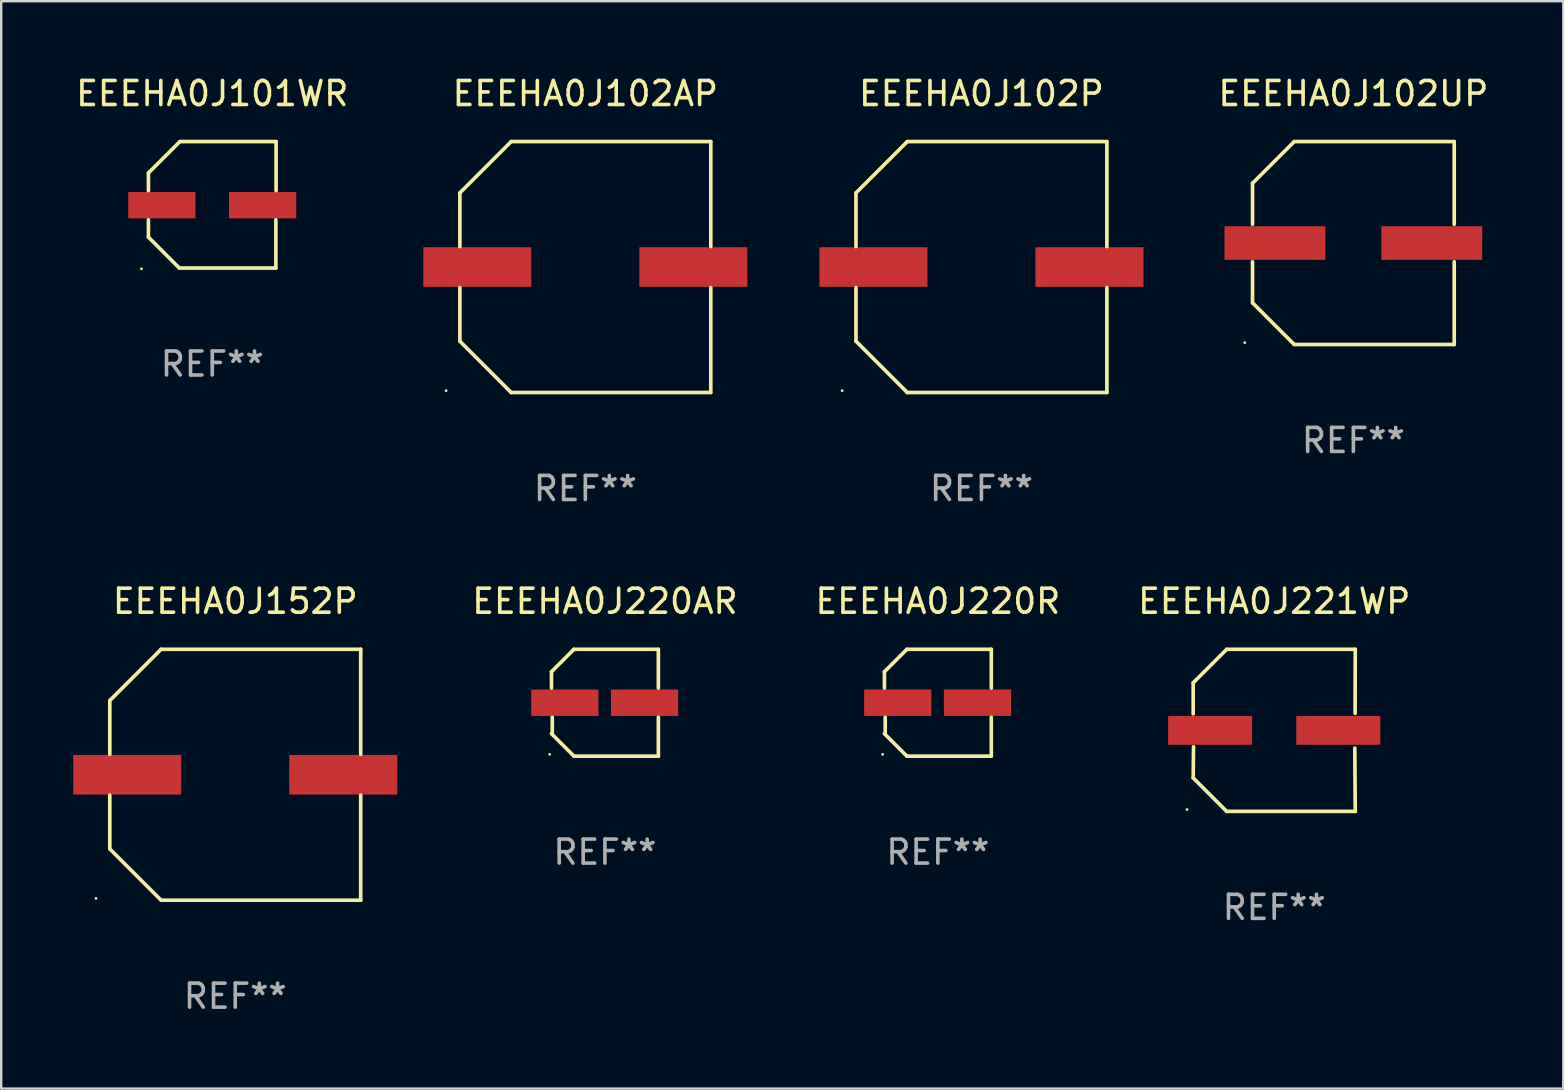
<source format=kicad_pcb>
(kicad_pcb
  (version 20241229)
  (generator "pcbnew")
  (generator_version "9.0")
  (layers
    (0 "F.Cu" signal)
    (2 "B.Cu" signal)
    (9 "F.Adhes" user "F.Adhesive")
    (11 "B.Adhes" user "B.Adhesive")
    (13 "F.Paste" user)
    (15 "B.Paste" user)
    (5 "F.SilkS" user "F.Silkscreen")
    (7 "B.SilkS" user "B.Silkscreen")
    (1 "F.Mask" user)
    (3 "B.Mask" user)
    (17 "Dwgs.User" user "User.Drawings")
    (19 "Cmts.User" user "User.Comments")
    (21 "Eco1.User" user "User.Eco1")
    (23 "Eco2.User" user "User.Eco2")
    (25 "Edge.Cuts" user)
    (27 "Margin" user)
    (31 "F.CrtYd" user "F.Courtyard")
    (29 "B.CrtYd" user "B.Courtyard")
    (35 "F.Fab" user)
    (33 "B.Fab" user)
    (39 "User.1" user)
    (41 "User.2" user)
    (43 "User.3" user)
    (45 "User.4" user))
  (footprint "EEEHA0J102P"
    (layer "F.Cu")
    (at 37.833 8.074)
    (property "Reference" "EEEHA0J102P" (at 0 -7.226 0) (layer "F.SilkS") (effects (font (size 1 1) (thickness 0.15))))
    (attr through_hole)
    (fp_line (start -5.226 -3.09) (end -5.226 -0.852) (stroke (width 0.152) (type solid)) (layer "F.SilkS"))
    (fp_line (start -5.226 3.09) (end -5.226 0.852) (stroke (width 0.152) (type solid)) (layer "F.SilkS"))
    (fp_line (start -3.09 -5.226) (end -5.226 -3.09) (stroke (width 0.152) (type solid)) (layer "F.SilkS"))
    (fp_line (start -3.09 5.226) (end -5.226 3.09) (stroke (width 0.152) (type solid)) (layer "F.SilkS"))
    (fp_line (start 5.226 -5.226) (end -3.09 -5.226) (stroke (width 0.152) (type solid)) (layer "F.SilkS"))
    (fp_line (start 5.226 -0.852) (end 5.226 -5.226) (stroke (width 0.152) (type solid)) (layer "F.SilkS"))
    (fp_line (start 5.226 0.852) (end 5.226 5.226) (stroke (width 0.152) (type solid)) (layer "F.SilkS"))
    (fp_line (start 5.226 5.226) (end -3.09 5.226) (stroke (width 0.152) (type solid)) (layer "F.SilkS"))
    (fp_circle (center -5.8 5.15) (end -5.77 5.15) (stroke (width 0.06) (type solid)) (fill no) (layer "F.SilkS"))
    (fp_text user "REF**" (at 0 9.226 0) (layer "F.Fab") (effects (font (size 1 1) (thickness 0.15))))
    (pad "1" smd rect (at -4.5 0) (size 4.5 1.65) (layers "F.Cu" "F.Mask" "F.Paste"))
    (pad "2" smd rect (at 4.5 0) (size 4.5 1.65) (layers "F.Cu" "F.Mask" "F.Paste")))
  (footprint "EEEHA0J152P"
    (layer "F.Cu")
    (at 6.75 29.223)
    (property "Reference" "EEEHA0J152P" (at 0 -7.226 0) (layer "F.SilkS") (effects (font (size 1 1) (thickness 0.15))))
    (attr through_hole)
    (fp_line (start -5.226 -3.09) (end -5.226 -0.852) (stroke (width 0.152) (type solid)) (layer "F.SilkS"))
    (fp_line (start -5.226 3.09) (end -5.226 0.852) (stroke (width 0.152) (type solid)) (layer "F.SilkS"))
    (fp_line (start -3.09 -5.226) (end -5.226 -3.09) (stroke (width 0.152) (type solid)) (layer "F.SilkS"))
    (fp_line (start -3.09 5.226) (end -5.226 3.09) (stroke (width 0.152) (type solid)) (layer "F.SilkS"))
    (fp_line (start 5.226 -5.226) (end -3.09 -5.226) (stroke (width 0.152) (type solid)) (layer "F.SilkS"))
    (fp_line (start 5.226 -0.852) (end 5.226 -5.226) (stroke (width 0.152) (type solid)) (layer "F.SilkS"))
    (fp_line (start 5.226 0.852) (end 5.226 5.226) (stroke (width 0.152) (type solid)) (layer "F.SilkS"))
    (fp_line (start 5.226 5.226) (end -3.09 5.226) (stroke (width 0.152) (type solid)) (layer "F.SilkS"))
    (fp_circle (center -5.8 5.15) (end -5.77 5.15) (stroke (width 0.06) (type solid)) (fill no) (layer "F.SilkS"))
    (fp_text user "REF**" (at 0 9.226 0) (layer "F.Fab") (effects (font (size 1 1) (thickness 0.15))))
    (pad "1" smd rect (at -4.5 0) (size 4.5 1.65) (layers "F.Cu" "F.Mask" "F.Paste"))
    (pad "2" smd rect (at 4.5 0) (size 4.5 1.65) (layers "F.Cu" "F.Mask" "F.Paste")))
  (footprint "EEEHA0J101WR"
    (layer "F.Cu")
    (at 5.792 5.482)
    (property "Reference" "EEEHA0J101WR" (at 0 -4.634 0) (layer "F.SilkS") (effects (font (size 1 1) (thickness 0.15))))
    (attr through_hole)
    (fp_line (start -2.659 -1.326) (end -2.659 -0.592) (stroke (width 0.152) (type solid)) (layer "F.SilkS"))
    (fp_line (start -2.659 1.346) (end -2.659 0.622) (stroke (width 0.152) (type solid)) (layer "F.SilkS"))
    (fp_line (start -1.372 2.634) (end -2.659 1.346) (stroke (width 0.152) (type solid)) (layer "F.SilkS"))
    (fp_line (start -1.349 -2.634) (end -2.659 -1.326) (stroke (width 0.152) (type solid)) (layer "F.SilkS"))
    (fp_line (start 2.649 0.622) (end 2.649 2.634) (stroke (width 0.152) (type solid)) (layer "F.SilkS"))
    (fp_line (start 2.649 2.634) (end -1.372 2.634) (stroke (width 0.152) (type solid)) (layer "F.SilkS"))
    (fp_line (start 2.659 -2.634) (end -1.349 -2.634) (stroke (width 0.152) (type solid)) (layer "F.SilkS"))
    (fp_line (start 2.659 -0.592) (end 2.659 -2.634) (stroke (width 0.152) (type solid)) (layer "F.SilkS"))
    (fp_circle (center -2.95 2.665) (end -2.92 2.665) (stroke (width 0.06) (type solid)) (fill no) (layer "F.SilkS"))
    (fp_text user "REF**" (at 0 6.634 0) (layer "F.Fab") (effects (font (size 1 1) (thickness 0.15))))
    (pad "1" smd rect (at -2.1 0.015) (size 2.8 1.1) (layers "F.Cu" "F.Mask" "F.Paste"))
    (pad "2" smd rect (at 2.1 0.015) (size 2.8 1.1) (layers "F.Cu" "F.Mask" "F.Paste")))
  (footprint "EEEHA0J102AP"
    (layer "F.Cu")
    (at 21.333 8.074)
    (property "Reference" "EEEHA0J102AP" (at 0 -7.226 0) (layer "F.SilkS") (effects (font (size 1 1) (thickness 0.15))))
    (attr through_hole)
    (fp_line (start -5.226 -3.09) (end -5.226 -0.852) (stroke (width 0.152) (type solid)) (layer "F.SilkS"))
    (fp_line (start -5.226 3.09) (end -5.226 0.852) (stroke (width 0.152) (type solid)) (layer "F.SilkS"))
    (fp_line (start -3.09 -5.226) (end -5.226 -3.09) (stroke (width 0.152) (type solid)) (layer "F.SilkS"))
    (fp_line (start -3.09 5.226) (end -5.226 3.09) (stroke (width 0.152) (type solid)) (layer "F.SilkS"))
    (fp_line (start 5.226 -5.226) (end -3.09 -5.226) (stroke (width 0.152) (type solid)) (layer "F.SilkS"))
    (fp_line (start 5.226 -0.852) (end 5.226 -5.226) (stroke (width 0.152) (type solid)) (layer "F.SilkS"))
    (fp_line (start 5.226 0.852) (end 5.226 5.226) (stroke (width 0.152) (type solid)) (layer "F.SilkS"))
    (fp_line (start 5.226 5.226) (end -3.09 5.226) (stroke (width 0.152) (type solid)) (layer "F.SilkS"))
    (fp_circle (center -5.8 5.15) (end -5.77 5.15) (stroke (width 0.06) (type solid)) (fill no) (layer "F.SilkS"))
    (fp_text user "REF**" (at 0 9.226 0) (layer "F.Fab") (effects (font (size 1 1) (thickness 0.15))))
    (pad "1" smd rect (at -4.5 0) (size 4.5 1.65) (layers "F.Cu" "F.Mask" "F.Paste"))
    (pad "2" smd rect (at 4.5 0) (size 4.5 1.65) (layers "F.Cu" "F.Mask" "F.Paste")))
  (footprint "EEEHA0J221WP"
    (layer "F.Cu")
    (at 50.03 27.373)
    (property "Reference" "EEEHA0J221WP" (at 0 -5.376 0) (layer "F.SilkS") (effects (font (size 1 1) (thickness 0.15))))
    (attr through_hole)
    (fp_line (start -3.376 -1.98) (end -3.376 -0.686) (stroke (width 0.152) (type solid)) (layer "F.SilkS"))
    (fp_line (start -3.376 1.981) (end -3.362 0.686) (stroke (width 0.152) (type solid)) (layer "F.SilkS"))
    (fp_line (start -1.981 3.376) (end -3.376 1.981) (stroke (width 0.152) (type solid)) (layer "F.SilkS"))
    (fp_line (start -1.98 -3.376) (end -3.376 -1.98) (stroke (width 0.152) (type solid)) (layer "F.SilkS"))
    (fp_line (start 3.356 0.74) (end 3.376 3.376) (stroke (width 0.152) (type solid)) (layer "F.SilkS"))
    (fp_line (start 3.369 -0.707) (end 3.376 -3.376) (stroke (width 0.152) (type solid)) (layer "F.SilkS"))
    (fp_line (start 3.376 3.376) (end -1.981 3.376) (stroke (width 0.152) (type solid)) (layer "F.SilkS"))
    (fp_line (start 3.376 -3.376) (end -1.98 -3.376) (stroke (width 0.152) (type solid)) (layer "F.SilkS"))
    (fp_circle (center -3.634 3.3) (end -3.604 3.3) (stroke (width 0.06) (type solid)) (fill no) (layer "F.SilkS"))
    (fp_text user "REF**" (at 0 7.376 0) (layer "F.Fab") (effects (font (size 1 1) (thickness 0.15))))
    (pad "1" smd rect (at -2.67 0.000254) (size 3.5 1.2) (layers "F.Cu" "F.Mask" "F.Paste"))
    (pad "2" smd rect (at 2.67 0.000254) (size 3.5 1.2) (layers "F.Cu" "F.Mask" "F.Paste")))
  (footprint "EEEHA0J102UP"
    (layer "F.Cu")
    (at 53.327 7.074)
    (property "Reference" "EEEHA0J102UP" (at 0 -6.226 0) (layer "F.SilkS") (effects (font (size 1 1) (thickness 0.15))))
    (attr through_hole)
    (fp_line (start -4.201 -2.49) (end -4.201 -0.782) (stroke (width 0.152) (type solid)) (layer "F.SilkS"))
    (fp_line (start -4.201 2.49) (end -4.201 0.782) (stroke (width 0.152) (type solid)) (layer "F.SilkS"))
    (fp_line (start -2.465 -4.226) (end -4.201 -2.49) (stroke (width 0.152) (type solid)) (layer "F.SilkS"))
    (fp_line (start -2.465 4.226) (end -4.201 2.49) (stroke (width 0.152) (type solid)) (layer "F.SilkS"))
    (fp_line (start 4.201 -4.226) (end -2.465 -4.226) (stroke (width 0.152) (type solid)) (layer "F.SilkS"))
    (fp_line (start 4.201 -0.782) (end 4.201 -4.226) (stroke (width 0.152) (type solid)) (layer "F.SilkS"))
    (fp_line (start 4.201 0.782) (end 4.201 4.226) (stroke (width 0.152) (type solid)) (layer "F.SilkS"))
    (fp_line (start 4.201 4.226) (end -2.465 4.226) (stroke (width 0.152) (type solid)) (layer "F.SilkS"))
    (fp_circle (center -4.524 4.15) (end -4.494 4.15) (stroke (width 0.06) (type solid)) (fill no) (layer "F.SilkS"))
    (fp_text user "REF**" (at 0 8.226 0) (layer "F.Fab") (effects (font (size 1 1) (thickness 0.15))))
    (pad "1" smd rect (at -3.267 0) (size 4.2 1.4) (layers "F.Cu" "F.Mask" "F.Paste"))
    (pad "2" smd rect (at 3.267 0) (size 4.2 1.4) (layers "F.Cu" "F.Mask" "F.Paste")))
  (footprint "EEEHA0J220AR"
    (layer "F.Cu")
    (at 22.149 26.223)
    (property "Reference" "EEEHA0J220AR" (at 0 -4.226 0) (layer "F.SilkS") (effects (font (size 1 1) (thickness 0.15))))
    (attr through_hole)
    (fp_line (start -2.226 -1.29) (end -2.226 -0.607) (stroke (width 0.152) (type solid)) (layer "F.SilkS"))
    (fp_line (start -2.193 1.29) (end -2.193 0.607) (stroke (width 0.152) (type solid)) (layer "F.SilkS"))
    (fp_line (start -1.29 2.226) (end -2.226 1.29) (stroke (width 0.152) (type solid)) (layer "F.SilkS"))
    (fp_line (start -1.29 -2.226) (end -2.226 -1.29) (stroke (width 0.152) (type solid)) (layer "F.SilkS"))
    (fp_line (start 2.226 -2.226) (end -1.29 -2.226) (stroke (width 0.152) (type solid)) (layer "F.SilkS"))
    (fp_line (start 2.226 -0.607) (end 2.226 -2.226) (stroke (width 0.152) (type solid)) (layer "F.SilkS"))
    (fp_line (start 2.226 0.607) (end 2.226 2.226) (stroke (width 0.152) (type solid)) (layer "F.SilkS"))
    (fp_line (start 2.226 2.226) (end -1.29 2.226) (stroke (width 0.152) (type solid)) (layer "F.SilkS"))
    (fp_circle (center -2.3 2.15) (end -2.27 2.15) (stroke (width 0.06) (type solid)) (fill no) (layer "F.SilkS"))
    (fp_text user "REF**" (at 0 6.226 0) (layer "F.Fab") (effects (font (size 1 1) (thickness 0.15))))
    (pad "1" smd rect (at -1.67 -0.000025) (size 2.8 1.1) (layers "F.Cu" "F.Mask" "F.Paste"))
    (pad "2" smd rect (at 1.651 -0.000025) (size 2.8 1.1) (layers "F.Cu" "F.Mask" "F.Paste")))
  (footprint "EEEHA0J220R"
    (layer "F.Cu")
    (at 36.018 26.223)
    (property "Reference" "EEEHA0J220R" (at 0 -4.226 0) (layer "F.SilkS") (effects (font (size 1 1) (thickness 0.15))))
    (attr through_hole)
    (fp_line (start -2.226 -1.29) (end -2.226 -0.607) (stroke (width 0.152) (type solid)) (layer "F.SilkS"))
    (fp_line (start -2.193 1.29) (end -2.193 0.607) (stroke (width 0.152) (type solid)) (layer "F.SilkS"))
    (fp_line (start -1.29 2.226) (end -2.226 1.29) (stroke (width 0.152) (type solid)) (layer "F.SilkS"))
    (fp_line (start -1.29 -2.226) (end -2.226 -1.29) (stroke (width 0.152) (type solid)) (layer "F.SilkS"))
    (fp_line (start 2.226 -2.226) (end -1.29 -2.226) (stroke (width 0.152) (type solid)) (layer "F.SilkS"))
    (fp_line (start 2.226 -0.607) (end 2.226 -2.226) (stroke (width 0.152) (type solid)) (layer "F.SilkS"))
    (fp_line (start 2.226 0.607) (end 2.226 2.226) (stroke (width 0.152) (type solid)) (layer "F.SilkS"))
    (fp_line (start 2.226 2.226) (end -1.29 2.226) (stroke (width 0.152) (type solid)) (layer "F.SilkS"))
    (fp_circle (center -2.3 2.15) (end -2.27 2.15) (stroke (width 0.06) (type solid)) (fill no) (layer "F.SilkS"))
    (fp_text user "REF**" (at 0 6.226 0) (layer "F.Fab") (effects (font (size 1 1) (thickness 0.15))))
    (pad "1" smd rect (at -1.67 -0.000025) (size 2.8 1.1) (layers "F.Cu" "F.Mask" "F.Paste"))
    (pad "2" smd rect (at 1.651 -0.000025) (size 2.8 1.1) (layers "F.Cu" "F.Mask" "F.Paste")))
  (gr_rect
    (start -3 -3)
    (end 62.071 42.298)
    (stroke (width 0.1) (type default))
    (fill no)
    (layer "Edge.Cuts")))
</source>
